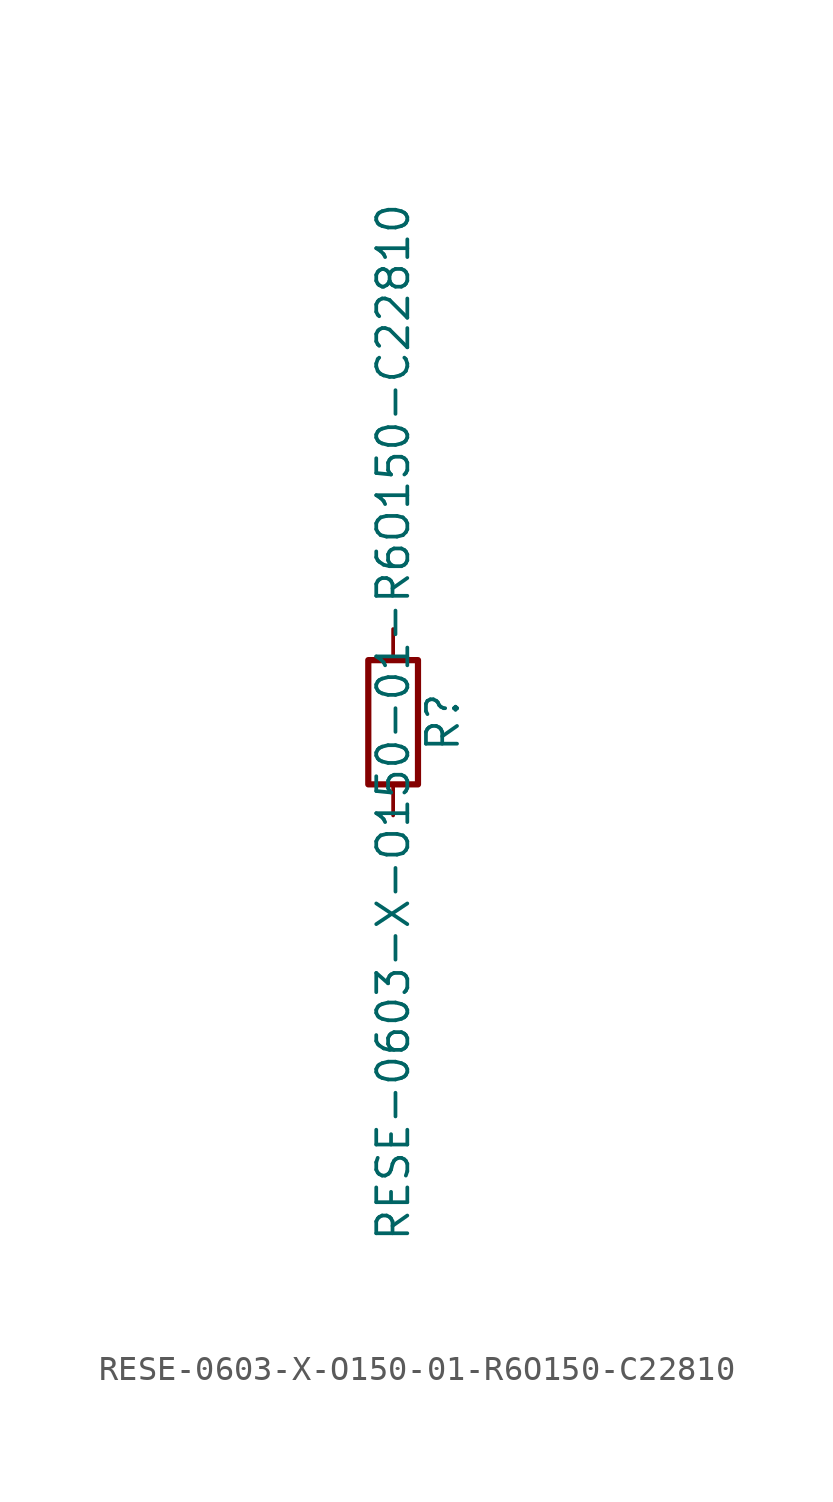
<source format=kicad_sym>
(kicad_symbol_lib
  (version 20211014)
  (generator kicad_symbol_editor)
  (symbol "RESE-0603-X-O150-01-R6O150-C22810"
    (pin_numbers hide)
    (pin_names
      (offset 0))
    (property "Reference" "R"
      (at 2.032 0 90)
      (effects (font (size 1.27 1.27))))
    (property "Value" "RESE-0603-X-O150-01-R6O150-C22810"
      (at 0 0 90)
      (effects (font (size 1.27 1.27))))
    (symbol "RESE-0603-X-O150-01-R6O150-C22810_0_1"
      (rectangle (start -1.016 -2.54) (end 1.016 2.54) (stroke (width 0.254) (type default) (color 0 0 0 0)) (fill (type none))))
    (symbol "RESE-0603-X-O150-01-R6O150-C22810_1_1"
      (pin passive line (at 0 3.81 270) (length 1.27) (name "~" (effects (font (size 1.27 1.27)))) (number "1" (effects (font (size 1.27 1.27)))))
      (pin passive line (at 0 -3.81 90) (length 1.27) (name "~" (effects (font (size 1.27 1.27)))) (number "2" (effects (font (size 1.27 1.27))))))))
</source>
